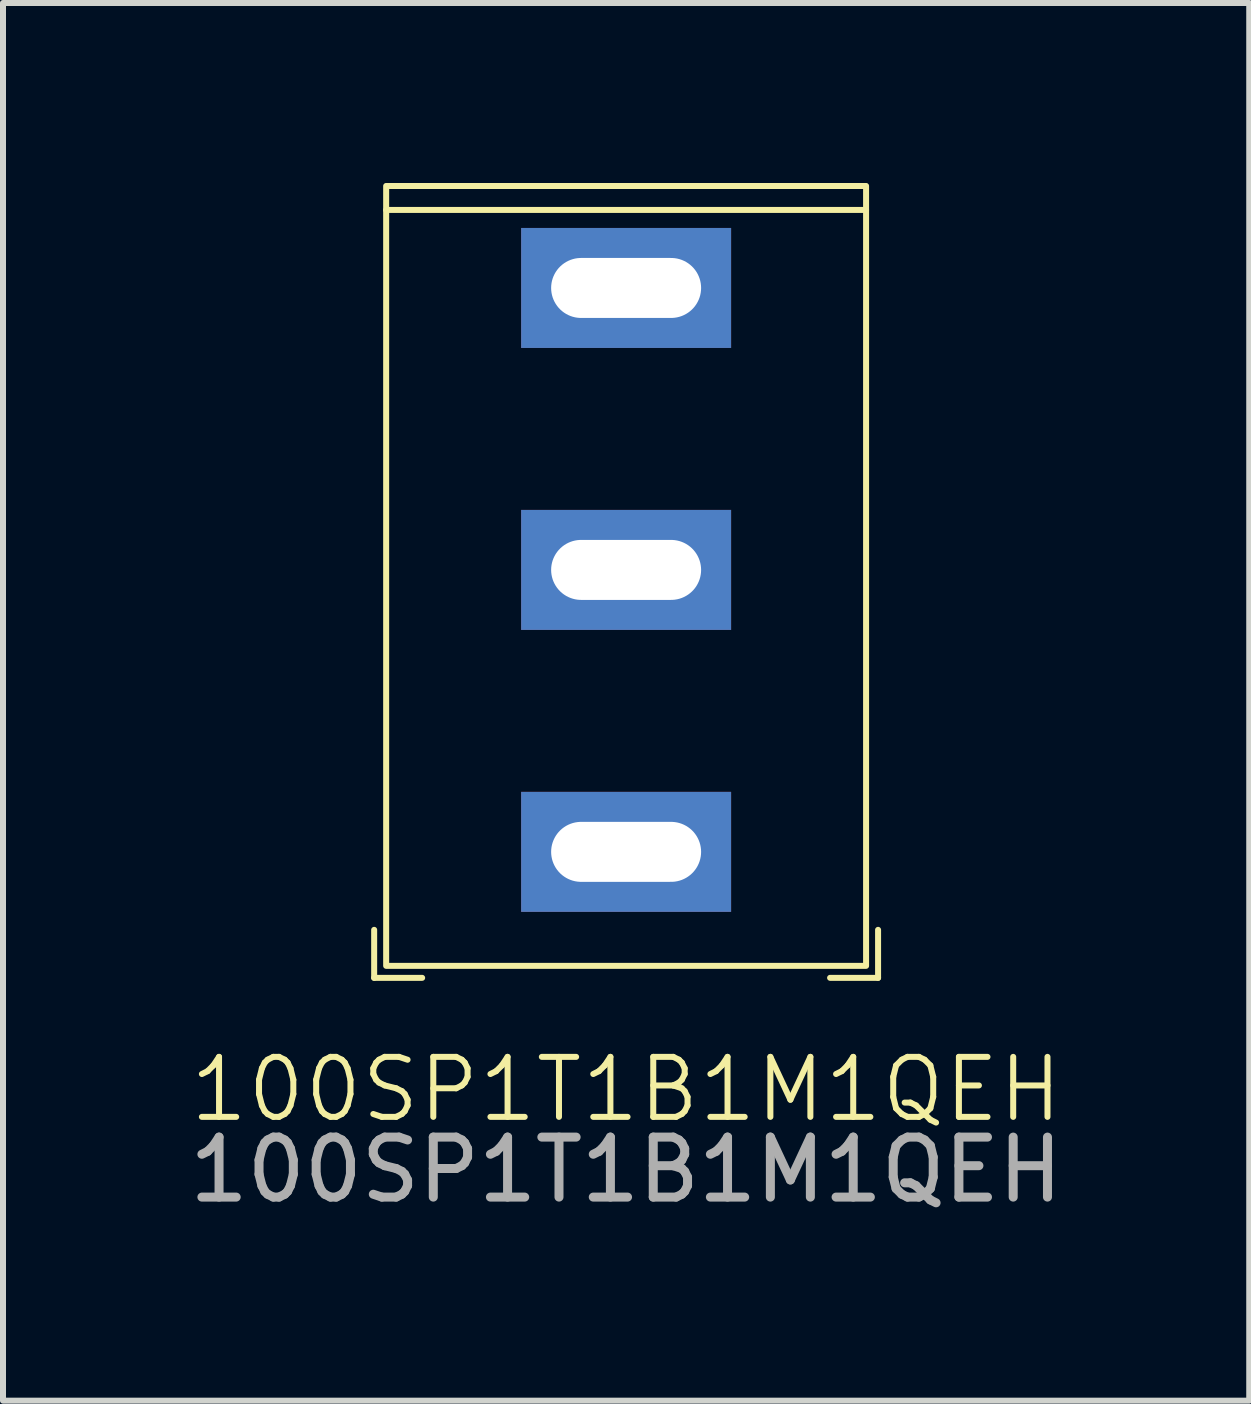
<source format=kicad_pcb>
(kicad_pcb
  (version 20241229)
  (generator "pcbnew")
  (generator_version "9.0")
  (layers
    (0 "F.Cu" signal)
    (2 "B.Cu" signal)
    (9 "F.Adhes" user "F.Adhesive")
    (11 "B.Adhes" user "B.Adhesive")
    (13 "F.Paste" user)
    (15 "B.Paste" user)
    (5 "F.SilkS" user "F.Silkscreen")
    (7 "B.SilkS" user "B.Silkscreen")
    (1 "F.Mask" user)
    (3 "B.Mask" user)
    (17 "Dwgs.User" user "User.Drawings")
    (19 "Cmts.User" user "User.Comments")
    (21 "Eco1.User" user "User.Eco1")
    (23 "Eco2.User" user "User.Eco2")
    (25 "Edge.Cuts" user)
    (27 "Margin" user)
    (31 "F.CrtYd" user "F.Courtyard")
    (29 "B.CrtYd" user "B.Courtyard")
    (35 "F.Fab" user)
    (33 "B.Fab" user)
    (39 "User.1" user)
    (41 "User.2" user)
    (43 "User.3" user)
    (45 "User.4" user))
  (footprint "100SP1T1B1M1QEH"
    (layer "F.Cu")
    (at 7.387 6.45)
    (property "Reference" "100SP1T1B1M1QEH" (at 0 8.66 0) (unlocked yes) (layer "F.SilkS") (effects (font (size 1 1) (thickness 0.1))))
    (attr through_hole)
    (fp_line (start -4.2 6) (end -4.2 6.8) (stroke (width 0.1) (type default)) (layer "F.SilkS"))
    (fp_line (start -3.4 6.8) (end -4.2 6.8) (stroke (width 0.1) (type default)) (layer "F.SilkS"))
    (fp_line (start 4 -6) (end -4 -6) (stroke (width 0.1) (type default)) (layer "F.SilkS"))
    (fp_line (start 4.2 6) (end 4.2 6.8) (stroke (width 0.1) (type default)) (layer "F.SilkS"))
    (fp_line (start 4.2 6.8) (end 3.4 6.8) (stroke (width 0.1) (type default)) (layer "F.SilkS"))
    (fp_rect (start -4 -6.4) (end 4 6.6) (stroke (width 0.1) (type default)) (fill no) (layer "F.SilkS"))
    (fp_text user "${REFERENCE}" (at 0 10 0) (unlocked yes) (layer "F.Fab") (effects (font (size 1 1) (thickness 0.15))))
    (pad "1" thru_hole rect (at 0 4.7) (size 3.5 2) (drill oval 2.5 1) (layers "*.Cu" "*.Mask"))
    (pad "2" thru_hole rect (at 0 0) (size 3.5 2) (drill oval 2.5 1) (layers "*.Cu" "*.Mask"))
    (pad "3" thru_hole rect (at 0 -4.7) (size 3.5 2) (drill oval 2.5 1) (layers "*.Cu" "*.Mask")))
  (gr_rect
    (start -3 -3)
    (end 17.774 20.298)
    (stroke (width 0.1) (type default))
    (fill no)
    (layer "Edge.Cuts")))
</source>
